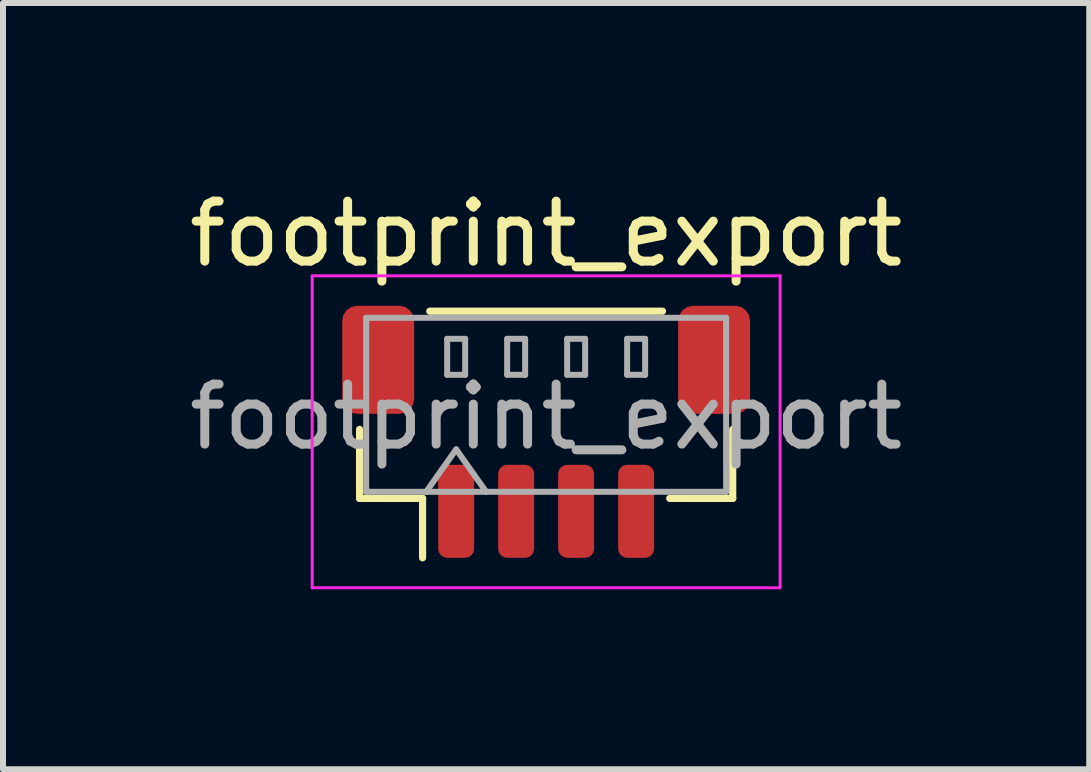
<source format=kicad_pcb>
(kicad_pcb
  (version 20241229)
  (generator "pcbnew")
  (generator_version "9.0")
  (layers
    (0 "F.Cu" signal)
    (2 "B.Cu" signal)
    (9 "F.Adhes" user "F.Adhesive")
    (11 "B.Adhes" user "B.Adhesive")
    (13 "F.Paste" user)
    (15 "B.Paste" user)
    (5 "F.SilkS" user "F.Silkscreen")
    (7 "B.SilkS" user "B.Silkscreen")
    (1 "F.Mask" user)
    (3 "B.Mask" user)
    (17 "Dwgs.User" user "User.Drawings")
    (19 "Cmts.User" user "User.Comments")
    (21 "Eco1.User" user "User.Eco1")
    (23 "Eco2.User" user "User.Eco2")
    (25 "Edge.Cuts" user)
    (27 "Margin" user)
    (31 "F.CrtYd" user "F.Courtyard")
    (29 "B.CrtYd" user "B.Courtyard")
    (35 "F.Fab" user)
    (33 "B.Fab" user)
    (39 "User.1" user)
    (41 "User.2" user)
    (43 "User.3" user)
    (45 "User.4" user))
  (footprint "footprint_export"
    (layer "F.Cu")
    (at 6.054 4.148)
    (property "Reference" "footprint_export" (at 0 -3.3 0) (layer "F.SilkS") (effects (font (size 1 1) (thickness 0.15))))
    (attr smd)
    (fp_line (start -3.11 -0.04) (end -3.11 1.11) (stroke (width 0.12) (type solid)) (layer "F.SilkS"))
    (fp_line (start -3.11 1.11) (end -2.06 1.11) (stroke (width 0.12) (type solid)) (layer "F.SilkS"))
    (fp_line (start -2.06 1.11) (end -2.06 2.1) (stroke (width 0.12) (type solid)) (layer "F.SilkS"))
    (fp_line (start -1.94 -2.01) (end 1.94 -2.01) (stroke (width 0.12) (type solid)) (layer "F.SilkS"))
    (fp_line (start 3.11 -0.04) (end 3.11 1.11) (stroke (width 0.12) (type solid)) (layer "F.SilkS"))
    (fp_line (start 3.11 1.11) (end 2.06 1.11) (stroke (width 0.12) (type solid)) (layer "F.SilkS"))
    (fp_line (start -3.9 -2.6) (end -3.9 2.6) (stroke (width 0.05) (type solid)) (layer "F.CrtYd"))
    (fp_line (start -3.9 2.6) (end 3.9 2.6) (stroke (width 0.05) (type solid)) (layer "F.CrtYd"))
    (fp_line (start 3.9 -2.6) (end -3.9 -2.6) (stroke (width 0.05) (type solid)) (layer "F.CrtYd"))
    (fp_line (start 3.9 2.6) (end 3.9 -2.6) (stroke (width 0.05) (type solid)) (layer "F.CrtYd"))
    (fp_line (start -3 -1.9) (end 3 -1.9) (stroke (width 0.1) (type solid)) (layer "F.Fab"))
    (fp_line (start -3 1) (end -3 -1.9) (stroke (width 0.1) (type solid)) (layer "F.Fab"))
    (fp_line (start -3 1) (end 3 1) (stroke (width 0.1) (type solid)) (layer "F.Fab"))
    (fp_line (start -2 1) (end -1.5 0.293) (stroke (width 0.1) (type solid)) (layer "F.Fab"))
    (fp_line (start -1.65 -1.55) (end -1.65 -0.95) (stroke (width 0.1) (type solid)) (layer "F.Fab"))
    (fp_line (start -1.65 -0.95) (end -1.35 -0.95) (stroke (width 0.1) (type solid)) (layer "F.Fab"))
    (fp_line (start -1.5 0.293) (end -1 1) (stroke (width 0.1) (type solid)) (layer "F.Fab"))
    (fp_line (start -1.35 -1.55) (end -1.65 -1.55) (stroke (width 0.1) (type solid)) (layer "F.Fab"))
    (fp_line (start -1.35 -0.95) (end -1.35 -1.55) (stroke (width 0.1) (type solid)) (layer "F.Fab"))
    (fp_line (start -0.65 -1.55) (end -0.65 -0.95) (stroke (width 0.1) (type solid)) (layer "F.Fab"))
    (fp_line (start -0.65 -0.95) (end -0.35 -0.95) (stroke (width 0.1) (type solid)) (layer "F.Fab"))
    (fp_line (start -0.35 -1.55) (end -0.65 -1.55) (stroke (width 0.1) (type solid)) (layer "F.Fab"))
    (fp_line (start -0.35 -0.95) (end -0.35 -1.55) (stroke (width 0.1) (type solid)) (layer "F.Fab"))
    (fp_line (start 0.35 -1.55) (end 0.35 -0.95) (stroke (width 0.1) (type solid)) (layer "F.Fab"))
    (fp_line (start 0.35 -0.95) (end 0.65 -0.95) (stroke (width 0.1) (type solid)) (layer "F.Fab"))
    (fp_line (start 0.65 -1.55) (end 0.35 -1.55) (stroke (width 0.1) (type solid)) (layer "F.Fab"))
    (fp_line (start 0.65 -0.95) (end 0.65 -1.55) (stroke (width 0.1) (type solid)) (layer "F.Fab"))
    (fp_line (start 1.35 -1.55) (end 1.35 -0.95) (stroke (width 0.1) (type solid)) (layer "F.Fab"))
    (fp_line (start 1.35 -0.95) (end 1.65 -0.95) (stroke (width 0.1) (type solid)) (layer "F.Fab"))
    (fp_line (start 1.65 -1.55) (end 1.35 -1.55) (stroke (width 0.1) (type solid)) (layer "F.Fab"))
    (fp_line (start 1.65 -0.95) (end 1.65 -1.55) (stroke (width 0.1) (type solid)) (layer "F.Fab"))
    (fp_line (start 3 1) (end 3 -1.9) (stroke (width 0.1) (type solid)) (layer "F.Fab"))
    (fp_text user "${REFERENCE}" (at 0 -0.25 0) (layer "F.Fab") (effects (font (size 1 1) (thickness 0.15))))
    (pad "1" smd roundrect (at -1.5 1.325) (size 0.6 1.55) (layers "F.Cu" "F.Mask" "F.Paste") (roundrect_rratio 0.25))
    (pad "2" smd roundrect (at -0.5 1.325) (size 0.6 1.55) (layers "F.Cu" "F.Mask" "F.Paste") (roundrect_rratio 0.25))
    (pad "3" smd roundrect (at 0.5 1.325) (size 0.6 1.55) (layers "F.Cu" "F.Mask" "F.Paste") (roundrect_rratio 0.25))
    (pad "4" smd roundrect (at 1.5 1.325) (size 0.6 1.55) (layers "F.Cu" "F.Mask" "F.Paste") (roundrect_rratio 0.25))
    (pad "MP" smd roundrect (at -2.8 -1.2) (size 1.2 1.8) (layers "F.Cu" "F.Mask" "F.Paste") (roundrect_rratio 0.208))
    (pad "MP" smd roundrect (at 2.8 -1.2) (size 1.2 1.8) (layers "F.Cu" "F.Mask" "F.Paste") (roundrect_rratio 0.208)))
  (gr_rect
    (start -3 -3)
    (end 15.107 9.773)
    (stroke (width 0.1) (type default))
    (fill no)
    (layer "Edge.Cuts")))
</source>
